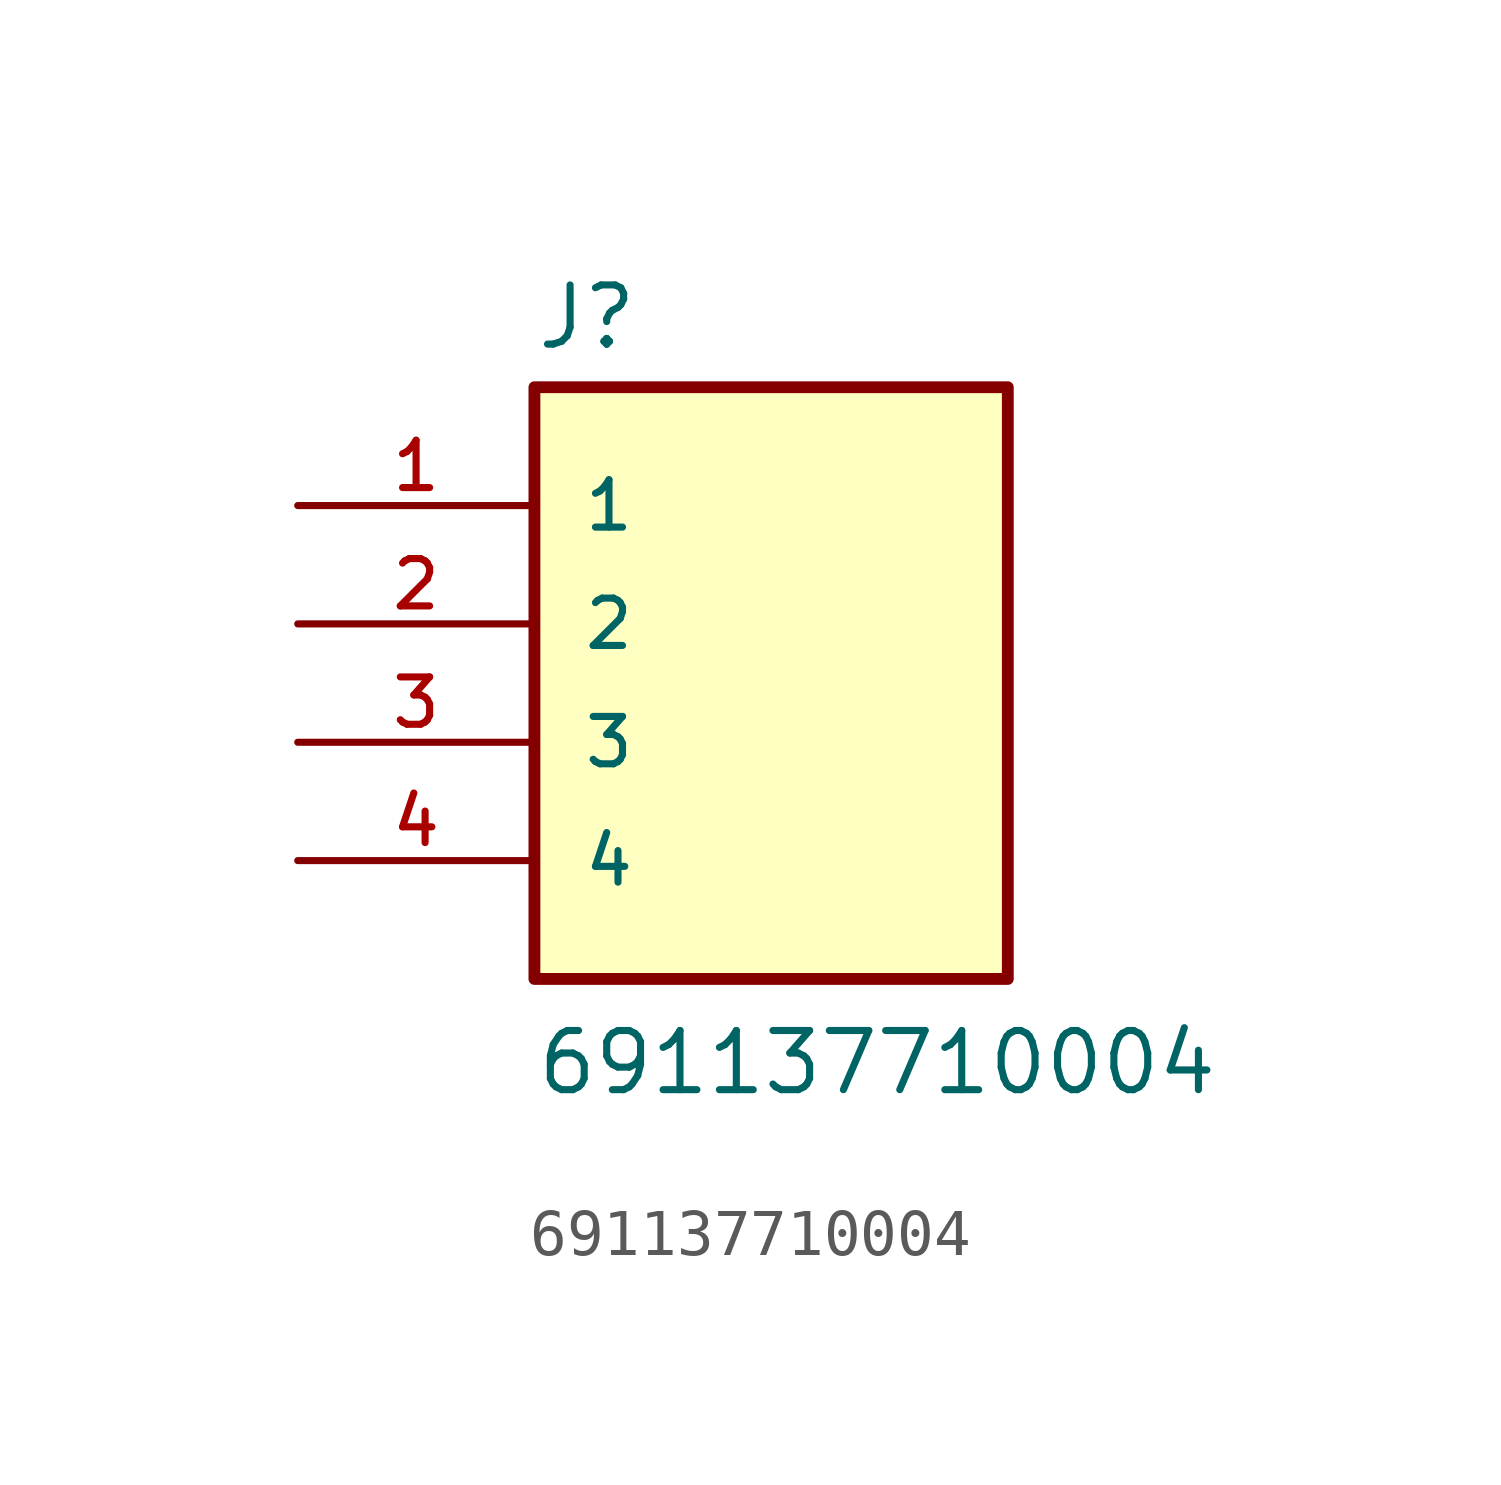
<source format=kicad_sym>
(kicad_symbol_lib
  (version 20211014)
  (generator kicad_symbol_editor)
  (symbol "691137710004"
    (pin_names
      (offset 1.016))
    (property "Reference" "J"
      (at -5.08 5.842 0)
      (effects (font (size 1.27 1.27)) (justify bottom left)))
    (property "Value" "691137710004"
      (at -5.08 -10.16 0)
      (effects (font (size 1.27 1.27)) (justify bottom left)))
    (symbol "691137710004_0_0"
      (rectangle (start -5.08 -7.62) (end 5.08 5.08) (stroke (width 0.254)) (fill (type background)))
      (pin passive line (at -10.16 2.54 0) (length 5.08) (name "1" (effects (font (size 1.016 1.016)))) (number "1" (effects (font (size 1.016 1.016)))))
      (pin passive line (at -10.16 0.0 0) (length 5.08) (name "2" (effects (font (size 1.016 1.016)))) (number "2" (effects (font (size 1.016 1.016)))))
      (pin passive line (at -10.16 -2.54 0) (length 5.08) (name "3" (effects (font (size 1.016 1.016)))) (number "3" (effects (font (size 1.016 1.016)))))
      (pin passive line (at -10.16 -5.08 0) (length 5.08) (name "4" (effects (font (size 1.016 1.016)))) (number "4" (effects (font (size 1.016 1.016))))))))
</source>
